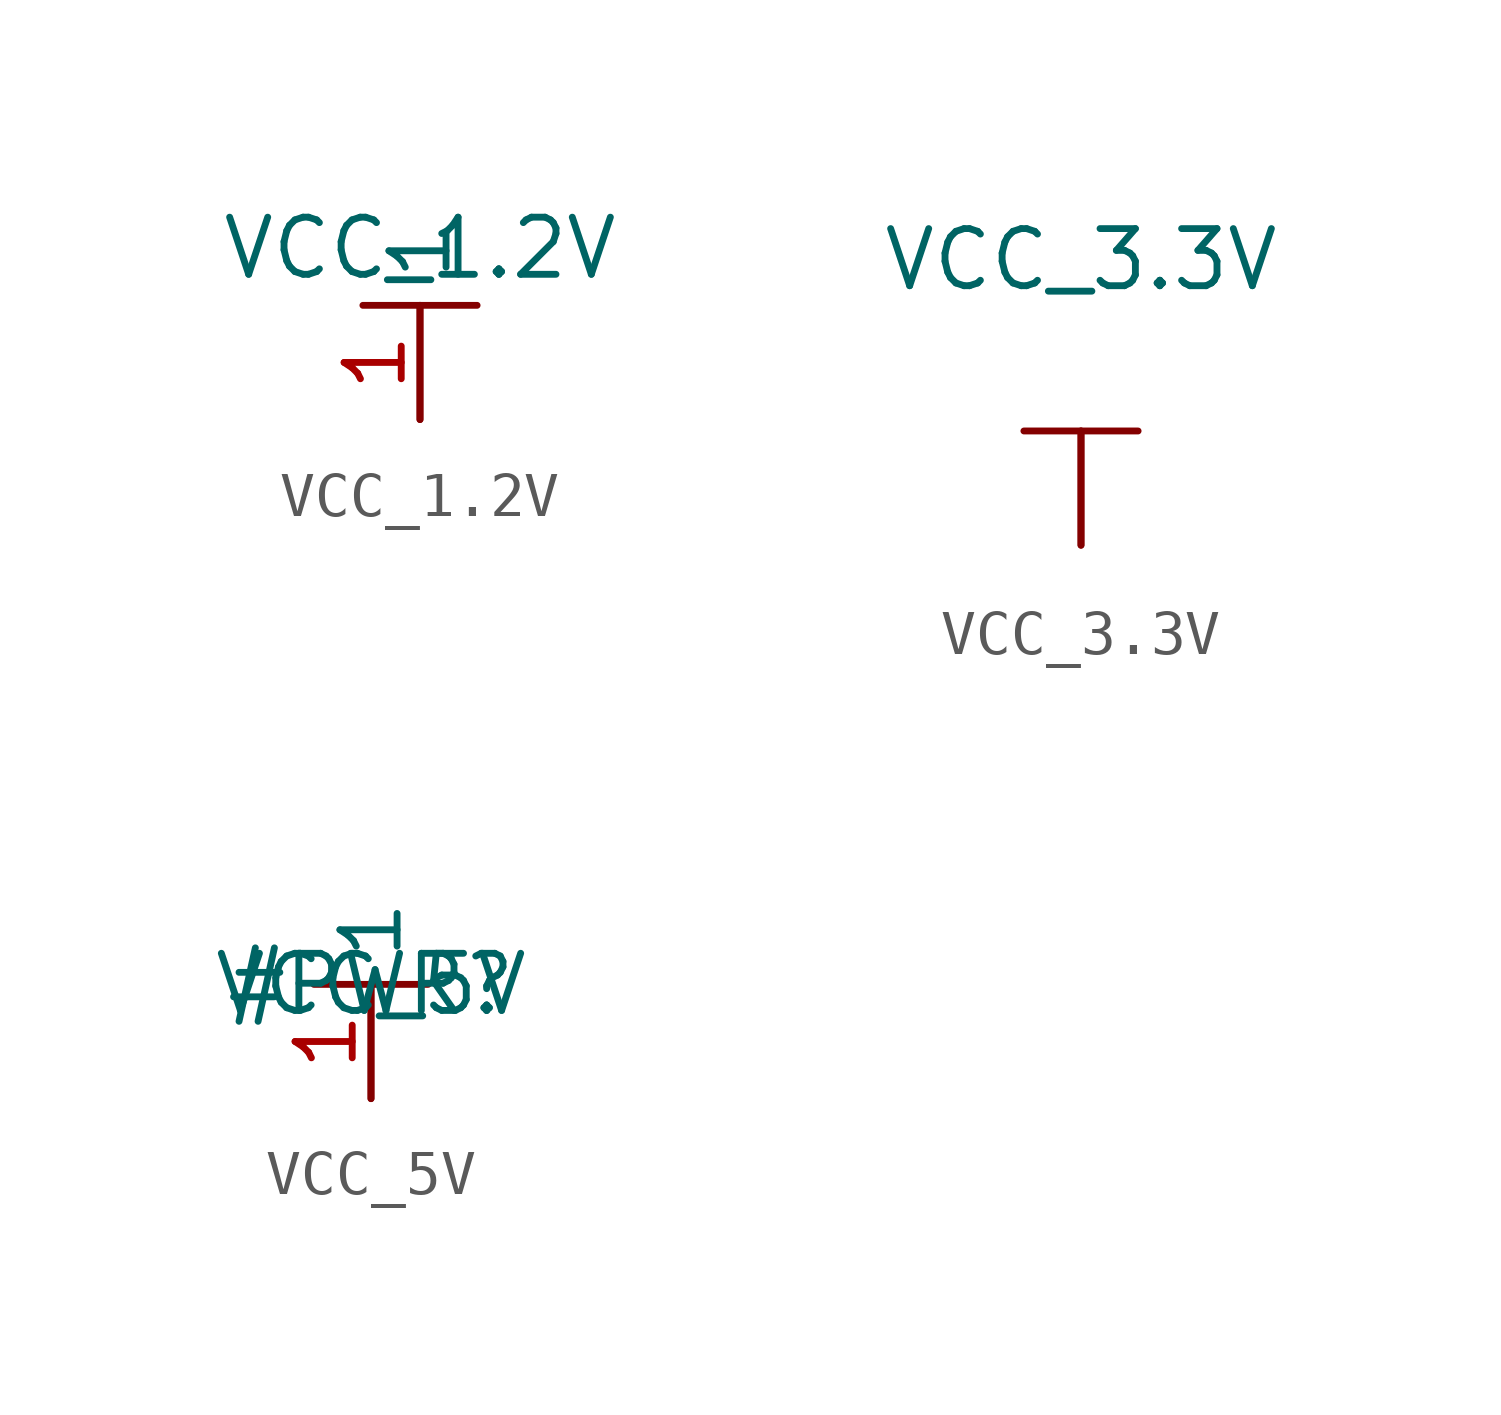
<source format=kicad_sym>
(kicad_symbol_lib
  (version 20210619)
  (generator kicad_symbol_editor)
  (symbol "0_MyLib:VCC_1.2V"
    (power)
    (property "Reference" "#PWR"
      (at 0 0 0)
      (effects (font (size 1.27 1.27)) hide))
    (property "Value" "VCC_1.2V"
      (at 0 1.27 0)
      (effects (font (size 1.27 1.27))))
    (symbol "VCC_1.2V_0_1"
      (polyline (pts (xy 0 0) (xy 0 -2.54)) (stroke (width 0.152)) (fill (type none)))
      (polyline (pts (xy 1.27 0) (xy -1.27 0)) (stroke (width 0.152)) (fill (type none))))
    (symbol "VCC_1.2V_1_1"
      (pin input line (at 0 -2.54 90) (length 2.54) (name "1" (effects (font (size 1.27 1.27)))) (number "1" (effects (font (size 1.27 1.27)))))))
  (symbol "0_MyLib:VCC_3.3V"
    (power)
    (pin_numbers hide)
    (pin_names hide)
    (property "Reference" "#PWR"
      (at 0 0 0)
      (effects (font (size 1.27 1.27)) hide))
    (property "Value" "VCC_3.3V"
      (at 0 3.81 0)
      (effects (font (size 1.27 1.27))))
    (symbol "VCC_3.3V_0_1"
      (polyline (pts (xy 0 0) (xy 0 -2.54)) (stroke (width 0.152)) (fill (type none)))
      (polyline (pts (xy 1.27 0) (xy -1.27 0)) (stroke (width 0.152)) (fill (type none))))
    (symbol "VCC_3.3V_1_1"
      (pin input line (at 0 -2.54 90) (length 2.54) (name "1" (effects (font (size 1.27 1.27)))) (number "1" (effects (font (size 1.27 1.27)))))))
  (symbol "0_MyLib:VCC_5V"
    (power)
    (property "Reference" "#PWR"
      (at 0 0 0)
      (effects (font (size 1.27 1.27))))
    (property "Value" "VCC_5V"
      (at 0 0 0)
      (effects (font (size 1.27 1.27))))
    (symbol "VCC_5V_0_1"
      (polyline (pts (xy 0 0) (xy 0 -2.54)) (stroke (width 0.152)) (fill (type none)))
      (polyline (pts (xy 1.27 0) (xy -1.27 0)) (stroke (width 0.152)) (fill (type none))))
    (symbol "VCC_5V_1_1"
      (pin input line (at 0 -2.54 90) (length 2.54) (name "1" (effects (font (size 1.27 1.27)))) (number "1" (effects (font (size 1.27 1.27))))))))
</source>
